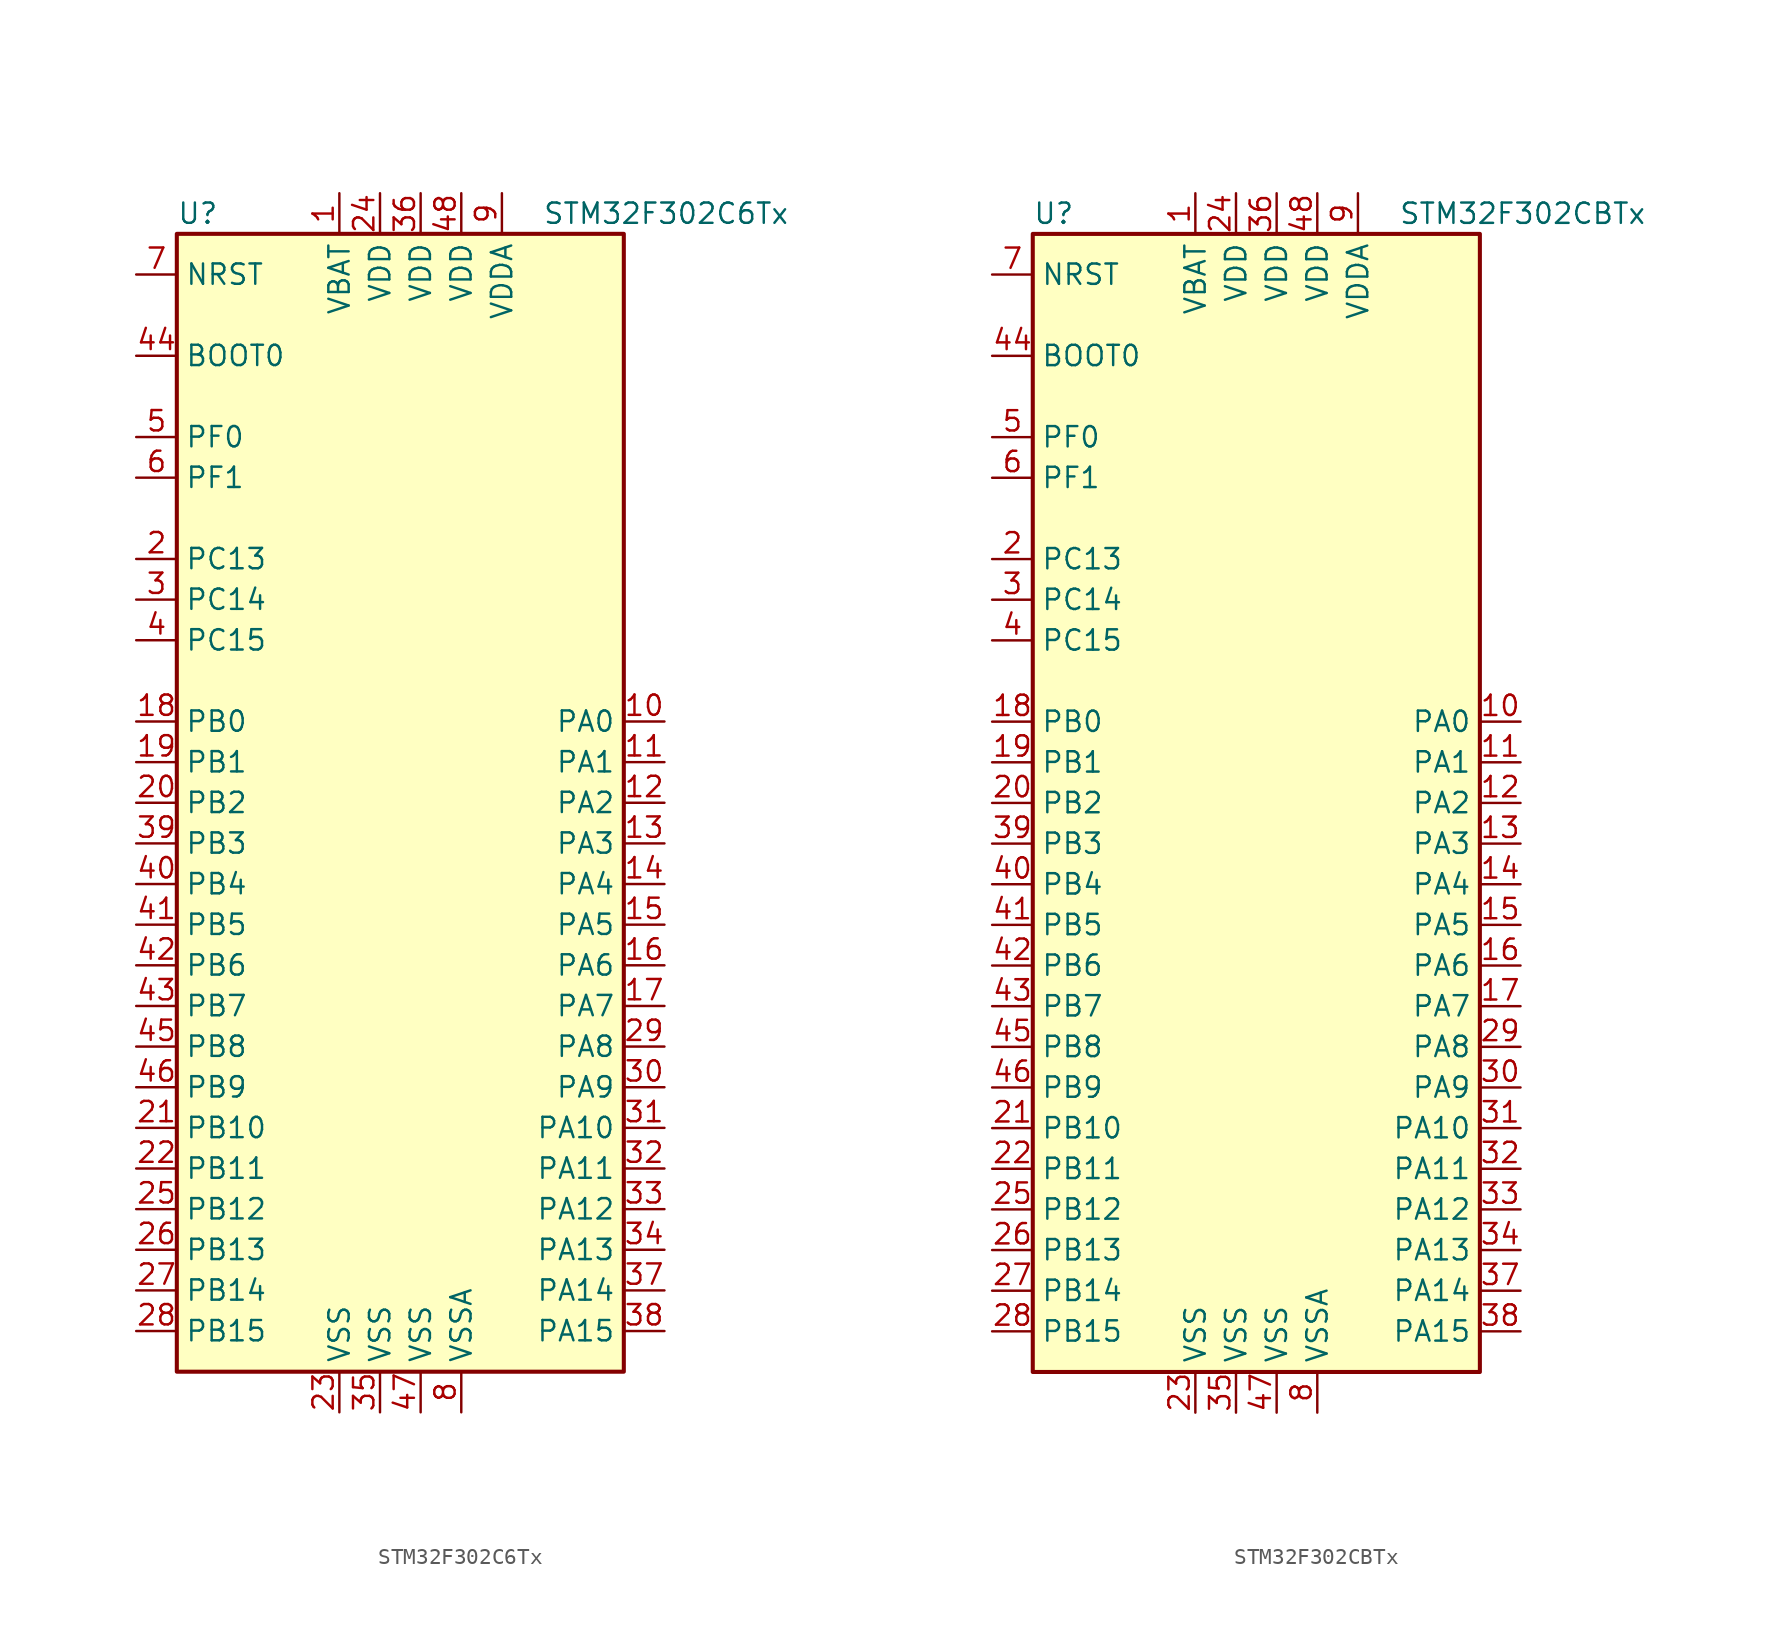
<source format=kicad_sym>
(kicad_symbol_lib
  (version 20211014)
  (generator kicad_symbol_editor)
  (symbol "STM32F302C6Tx"
    (property "Reference" "U"
      (at -15.24 36.83 0)
      (effects (font (size 1.27 1.27)) (justify left)))
    (property "Value" "STM32F302C6Tx"
      (at 7.62 36.83 0)
      (effects (font (size 1.27 1.27)) (justify left)))
    (symbol "STM32F302C6Tx_0_1"
      (rectangle (start -15.24 -35.56) (end 12.7 35.56) (stroke (width 0.254) (type default) (color 0 0 0 0)) (fill (type background))))
    (symbol "STM32F302C6Tx_1_1"
      (pin power_in line (at -5.08 38.1 270) (length 2.54) (name "VBAT" (effects (font (size 1.27 1.27)))) (number "1" (effects (font (size 1.27 1.27)))))
      (pin bidirectional line (at 15.24 5.08 180) (length 2.54) (name "PA0" (effects (font (size 1.27 1.27)))) (number "10" (effects (font (size 1.27 1.27)))))
      (pin bidirectional line (at 15.24 2.54 180) (length 2.54) (name "PA1" (effects (font (size 1.27 1.27)))) (number "11" (effects (font (size 1.27 1.27)))))
      (pin bidirectional line (at 15.24 0 180) (length 2.54) (name "PA2" (effects (font (size 1.27 1.27)))) (number "12" (effects (font (size 1.27 1.27)))))
      (pin bidirectional line (at 15.24 -2.54 180) (length 2.54) (name "PA3" (effects (font (size 1.27 1.27)))) (number "13" (effects (font (size 1.27 1.27)))))
      (pin bidirectional line (at 15.24 -5.08 180) (length 2.54) (name "PA4" (effects (font (size 1.27 1.27)))) (number "14" (effects (font (size 1.27 1.27)))))
      (pin bidirectional line (at 15.24 -7.62 180) (length 2.54) (name "PA5" (effects (font (size 1.27 1.27)))) (number "15" (effects (font (size 1.27 1.27)))))
      (pin bidirectional line (at 15.24 -10.16 180) (length 2.54) (name "PA6" (effects (font (size 1.27 1.27)))) (number "16" (effects (font (size 1.27 1.27)))))
      (pin bidirectional line (at 15.24 -12.7 180) (length 2.54) (name "PA7" (effects (font (size 1.27 1.27)))) (number "17" (effects (font (size 1.27 1.27)))))
      (pin bidirectional line (at -17.78 5.08 0) (length 2.54) (name "PB0" (effects (font (size 1.27 1.27)))) (number "18" (effects (font (size 1.27 1.27)))))
      (pin bidirectional line (at -17.78 2.54 0) (length 2.54) (name "PB1" (effects (font (size 1.27 1.27)))) (number "19" (effects (font (size 1.27 1.27)))))
      (pin bidirectional line (at -17.78 15.24 0) (length 2.54) (name "PC13" (effects (font (size 1.27 1.27)))) (number "2" (effects (font (size 1.27 1.27)))))
      (pin bidirectional line (at -17.78 0 0) (length 2.54) (name "PB2" (effects (font (size 1.27 1.27)))) (number "20" (effects (font (size 1.27 1.27)))))
      (pin bidirectional line (at -17.78 -20.32 0) (length 2.54) (name "PB10" (effects (font (size 1.27 1.27)))) (number "21" (effects (font (size 1.27 1.27)))))
      (pin bidirectional line (at -17.78 -22.86 0) (length 2.54) (name "PB11" (effects (font (size 1.27 1.27)))) (number "22" (effects (font (size 1.27 1.27)))))
      (pin power_in line (at -5.08 -38.1 90) (length 2.54) (name "VSS" (effects (font (size 1.27 1.27)))) (number "23" (effects (font (size 1.27 1.27)))))
      (pin power_in line (at -2.54 38.1 270) (length 2.54) (name "VDD" (effects (font (size 1.27 1.27)))) (number "24" (effects (font (size 1.27 1.27)))))
      (pin bidirectional line (at -17.78 -25.4 0) (length 2.54) (name "PB12" (effects (font (size 1.27 1.27)))) (number "25" (effects (font (size 1.27 1.27)))))
      (pin bidirectional line (at -17.78 -27.94 0) (length 2.54) (name "PB13" (effects (font (size 1.27 1.27)))) (number "26" (effects (font (size 1.27 1.27)))))
      (pin bidirectional line (at -17.78 -30.48 0) (length 2.54) (name "PB14" (effects (font (size 1.27 1.27)))) (number "27" (effects (font (size 1.27 1.27)))))
      (pin bidirectional line (at -17.78 -33.02 0) (length 2.54) (name "PB15" (effects (font (size 1.27 1.27)))) (number "28" (effects (font (size 1.27 1.27)))))
      (pin bidirectional line (at 15.24 -15.24 180) (length 2.54) (name "PA8" (effects (font (size 1.27 1.27)))) (number "29" (effects (font (size 1.27 1.27)))))
      (pin bidirectional line (at -17.78 12.7 0) (length 2.54) (name "PC14" (effects (font (size 1.27 1.27)))) (number "3" (effects (font (size 1.27 1.27)))))
      (pin bidirectional line (at 15.24 -17.78 180) (length 2.54) (name "PA9" (effects (font (size 1.27 1.27)))) (number "30" (effects (font (size 1.27 1.27)))))
      (pin bidirectional line (at 15.24 -20.32 180) (length 2.54) (name "PA10" (effects (font (size 1.27 1.27)))) (number "31" (effects (font (size 1.27 1.27)))))
      (pin bidirectional line (at 15.24 -22.86 180) (length 2.54) (name "PA11" (effects (font (size 1.27 1.27)))) (number "32" (effects (font (size 1.27 1.27)))))
      (pin bidirectional line (at 15.24 -25.4 180) (length 2.54) (name "PA12" (effects (font (size 1.27 1.27)))) (number "33" (effects (font (size 1.27 1.27)))))
      (pin bidirectional line (at 15.24 -27.94 180) (length 2.54) (name "PA13" (effects (font (size 1.27 1.27)))) (number "34" (effects (font (size 1.27 1.27)))))
      (pin power_in line (at -2.54 -38.1 90) (length 2.54) (name "VSS" (effects (font (size 1.27 1.27)))) (number "35" (effects (font (size 1.27 1.27)))))
      (pin power_in line (at 0 38.1 270) (length 2.54) (name "VDD" (effects (font (size 1.27 1.27)))) (number "36" (effects (font (size 1.27 1.27)))))
      (pin bidirectional line (at 15.24 -30.48 180) (length 2.54) (name "PA14" (effects (font (size 1.27 1.27)))) (number "37" (effects (font (size 1.27 1.27)))))
      (pin bidirectional line (at 15.24 -33.02 180) (length 2.54) (name "PA15" (effects (font (size 1.27 1.27)))) (number "38" (effects (font (size 1.27 1.27)))))
      (pin bidirectional line (at -17.78 -2.54 0) (length 2.54) (name "PB3" (effects (font (size 1.27 1.27)))) (number "39" (effects (font (size 1.27 1.27)))))
      (pin bidirectional line (at -17.78 10.16 0) (length 2.54) (name "PC15" (effects (font (size 1.27 1.27)))) (number "4" (effects (font (size 1.27 1.27)))))
      (pin bidirectional line (at -17.78 -5.08 0) (length 2.54) (name "PB4" (effects (font (size 1.27 1.27)))) (number "40" (effects (font (size 1.27 1.27)))))
      (pin bidirectional line (at -17.78 -7.62 0) (length 2.54) (name "PB5" (effects (font (size 1.27 1.27)))) (number "41" (effects (font (size 1.27 1.27)))))
      (pin bidirectional line (at -17.78 -10.16 0) (length 2.54) (name "PB6" (effects (font (size 1.27 1.27)))) (number "42" (effects (font (size 1.27 1.27)))))
      (pin bidirectional line (at -17.78 -12.7 0) (length 2.54) (name "PB7" (effects (font (size 1.27 1.27)))) (number "43" (effects (font (size 1.27 1.27)))))
      (pin input line (at -17.78 27.94 0) (length 2.54) (name "BOOT0" (effects (font (size 1.27 1.27)))) (number "44" (effects (font (size 1.27 1.27)))))
      (pin bidirectional line (at -17.78 -15.24 0) (length 2.54) (name "PB8" (effects (font (size 1.27 1.27)))) (number "45" (effects (font (size 1.27 1.27)))))
      (pin bidirectional line (at -17.78 -17.78 0) (length 2.54) (name "PB9" (effects (font (size 1.27 1.27)))) (number "46" (effects (font (size 1.27 1.27)))))
      (pin power_in line (at 0 -38.1 90) (length 2.54) (name "VSS" (effects (font (size 1.27 1.27)))) (number "47" (effects (font (size 1.27 1.27)))))
      (pin power_in line (at 2.54 38.1 270) (length 2.54) (name "VDD" (effects (font (size 1.27 1.27)))) (number "48" (effects (font (size 1.27 1.27)))))
      (pin input line (at -17.78 22.86 0) (length 2.54) (name "PF0" (effects (font (size 1.27 1.27)))) (number "5" (effects (font (size 1.27 1.27)))))
      (pin input line (at -17.78 20.32 0) (length 2.54) (name "PF1" (effects (font (size 1.27 1.27)))) (number "6" (effects (font (size 1.27 1.27)))))
      (pin input line (at -17.78 33.02 0) (length 2.54) (name "NRST" (effects (font (size 1.27 1.27)))) (number "7" (effects (font (size 1.27 1.27)))))
      (pin power_in line (at 2.54 -38.1 90) (length 2.54) (name "VSSA" (effects (font (size 1.27 1.27)))) (number "8" (effects (font (size 1.27 1.27)))))
      (pin power_in line (at 5.08 38.1 270) (length 2.54) (name "VDDA" (effects (font (size 1.27 1.27)))) (number "9" (effects (font (size 1.27 1.27)))))))
  (symbol "STM32F302CBTx"
    (property "Reference" "U"
      (at -15.24 36.83 0)
      (effects (font (size 1.27 1.27)) (justify left)))
    (property "Value" "STM32F302CBTx"
      (at 7.62 36.83 0)
      (effects (font (size 1.27 1.27)) (justify left)))
    (symbol "STM32F302CBTx_0_1"
      (rectangle (start -15.24 -35.56) (end 12.7 35.56) (stroke (width 0.254) (type default) (color 0 0 0 0)) (fill (type background))))
    (symbol "STM32F302CBTx_1_1"
      (pin power_in line (at -5.08 38.1 270) (length 2.54) (name "VBAT" (effects (font (size 1.27 1.27)))) (number "1" (effects (font (size 1.27 1.27)))))
      (pin bidirectional line (at 15.24 5.08 180) (length 2.54) (name "PA0" (effects (font (size 1.27 1.27)))) (number "10" (effects (font (size 1.27 1.27)))))
      (pin bidirectional line (at 15.24 2.54 180) (length 2.54) (name "PA1" (effects (font (size 1.27 1.27)))) (number "11" (effects (font (size 1.27 1.27)))))
      (pin bidirectional line (at 15.24 0 180) (length 2.54) (name "PA2" (effects (font (size 1.27 1.27)))) (number "12" (effects (font (size 1.27 1.27)))))
      (pin bidirectional line (at 15.24 -2.54 180) (length 2.54) (name "PA3" (effects (font (size 1.27 1.27)))) (number "13" (effects (font (size 1.27 1.27)))))
      (pin bidirectional line (at 15.24 -5.08 180) (length 2.54) (name "PA4" (effects (font (size 1.27 1.27)))) (number "14" (effects (font (size 1.27 1.27)))))
      (pin bidirectional line (at 15.24 -7.62 180) (length 2.54) (name "PA5" (effects (font (size 1.27 1.27)))) (number "15" (effects (font (size 1.27 1.27)))))
      (pin bidirectional line (at 15.24 -10.16 180) (length 2.54) (name "PA6" (effects (font (size 1.27 1.27)))) (number "16" (effects (font (size 1.27 1.27)))))
      (pin bidirectional line (at 15.24 -12.7 180) (length 2.54) (name "PA7" (effects (font (size 1.27 1.27)))) (number "17" (effects (font (size 1.27 1.27)))))
      (pin bidirectional line (at -17.78 5.08 0) (length 2.54) (name "PB0" (effects (font (size 1.27 1.27)))) (number "18" (effects (font (size 1.27 1.27)))))
      (pin bidirectional line (at -17.78 2.54 0) (length 2.54) (name "PB1" (effects (font (size 1.27 1.27)))) (number "19" (effects (font (size 1.27 1.27)))))
      (pin bidirectional line (at -17.78 15.24 0) (length 2.54) (name "PC13" (effects (font (size 1.27 1.27)))) (number "2" (effects (font (size 1.27 1.27)))))
      (pin bidirectional line (at -17.78 0 0) (length 2.54) (name "PB2" (effects (font (size 1.27 1.27)))) (number "20" (effects (font (size 1.27 1.27)))))
      (pin bidirectional line (at -17.78 -20.32 0) (length 2.54) (name "PB10" (effects (font (size 1.27 1.27)))) (number "21" (effects (font (size 1.27 1.27)))))
      (pin bidirectional line (at -17.78 -22.86 0) (length 2.54) (name "PB11" (effects (font (size 1.27 1.27)))) (number "22" (effects (font (size 1.27 1.27)))))
      (pin power_in line (at -5.08 -38.1 90) (length 2.54) (name "VSS" (effects (font (size 1.27 1.27)))) (number "23" (effects (font (size 1.27 1.27)))))
      (pin power_in line (at -2.54 38.1 270) (length 2.54) (name "VDD" (effects (font (size 1.27 1.27)))) (number "24" (effects (font (size 1.27 1.27)))))
      (pin bidirectional line (at -17.78 -25.4 0) (length 2.54) (name "PB12" (effects (font (size 1.27 1.27)))) (number "25" (effects (font (size 1.27 1.27)))))
      (pin bidirectional line (at -17.78 -27.94 0) (length 2.54) (name "PB13" (effects (font (size 1.27 1.27)))) (number "26" (effects (font (size 1.27 1.27)))))
      (pin bidirectional line (at -17.78 -30.48 0) (length 2.54) (name "PB14" (effects (font (size 1.27 1.27)))) (number "27" (effects (font (size 1.27 1.27)))))
      (pin bidirectional line (at -17.78 -33.02 0) (length 2.54) (name "PB15" (effects (font (size 1.27 1.27)))) (number "28" (effects (font (size 1.27 1.27)))))
      (pin bidirectional line (at 15.24 -15.24 180) (length 2.54) (name "PA8" (effects (font (size 1.27 1.27)))) (number "29" (effects (font (size 1.27 1.27)))))
      (pin bidirectional line (at -17.78 12.7 0) (length 2.54) (name "PC14" (effects (font (size 1.27 1.27)))) (number "3" (effects (font (size 1.27 1.27)))))
      (pin bidirectional line (at 15.24 -17.78 180) (length 2.54) (name "PA9" (effects (font (size 1.27 1.27)))) (number "30" (effects (font (size 1.27 1.27)))))
      (pin bidirectional line (at 15.24 -20.32 180) (length 2.54) (name "PA10" (effects (font (size 1.27 1.27)))) (number "31" (effects (font (size 1.27 1.27)))))
      (pin bidirectional line (at 15.24 -22.86 180) (length 2.54) (name "PA11" (effects (font (size 1.27 1.27)))) (number "32" (effects (font (size 1.27 1.27)))))
      (pin bidirectional line (at 15.24 -25.4 180) (length 2.54) (name "PA12" (effects (font (size 1.27 1.27)))) (number "33" (effects (font (size 1.27 1.27)))))
      (pin bidirectional line (at 15.24 -27.94 180) (length 2.54) (name "PA13" (effects (font (size 1.27 1.27)))) (number "34" (effects (font (size 1.27 1.27)))))
      (pin power_in line (at -2.54 -38.1 90) (length 2.54) (name "VSS" (effects (font (size 1.27 1.27)))) (number "35" (effects (font (size 1.27 1.27)))))
      (pin power_in line (at 0 38.1 270) (length 2.54) (name "VDD" (effects (font (size 1.27 1.27)))) (number "36" (effects (font (size 1.27 1.27)))))
      (pin bidirectional line (at 15.24 -30.48 180) (length 2.54) (name "PA14" (effects (font (size 1.27 1.27)))) (number "37" (effects (font (size 1.27 1.27)))))
      (pin bidirectional line (at 15.24 -33.02 180) (length 2.54) (name "PA15" (effects (font (size 1.27 1.27)))) (number "38" (effects (font (size 1.27 1.27)))))
      (pin bidirectional line (at -17.78 -2.54 0) (length 2.54) (name "PB3" (effects (font (size 1.27 1.27)))) (number "39" (effects (font (size 1.27 1.27)))))
      (pin bidirectional line (at -17.78 10.16 0) (length 2.54) (name "PC15" (effects (font (size 1.27 1.27)))) (number "4" (effects (font (size 1.27 1.27)))))
      (pin bidirectional line (at -17.78 -5.08 0) (length 2.54) (name "PB4" (effects (font (size 1.27 1.27)))) (number "40" (effects (font (size 1.27 1.27)))))
      (pin bidirectional line (at -17.78 -7.62 0) (length 2.54) (name "PB5" (effects (font (size 1.27 1.27)))) (number "41" (effects (font (size 1.27 1.27)))))
      (pin bidirectional line (at -17.78 -10.16 0) (length 2.54) (name "PB6" (effects (font (size 1.27 1.27)))) (number "42" (effects (font (size 1.27 1.27)))))
      (pin bidirectional line (at -17.78 -12.7 0) (length 2.54) (name "PB7" (effects (font (size 1.27 1.27)))) (number "43" (effects (font (size 1.27 1.27)))))
      (pin input line (at -17.78 27.94 0) (length 2.54) (name "BOOT0" (effects (font (size 1.27 1.27)))) (number "44" (effects (font (size 1.27 1.27)))))
      (pin bidirectional line (at -17.78 -15.24 0) (length 2.54) (name "PB8" (effects (font (size 1.27 1.27)))) (number "45" (effects (font (size 1.27 1.27)))))
      (pin bidirectional line (at -17.78 -17.78 0) (length 2.54) (name "PB9" (effects (font (size 1.27 1.27)))) (number "46" (effects (font (size 1.27 1.27)))))
      (pin power_in line (at 0 -38.1 90) (length 2.54) (name "VSS" (effects (font (size 1.27 1.27)))) (number "47" (effects (font (size 1.27 1.27)))))
      (pin power_in line (at 2.54 38.1 270) (length 2.54) (name "VDD" (effects (font (size 1.27 1.27)))) (number "48" (effects (font (size 1.27 1.27)))))
      (pin input line (at -17.78 22.86 0) (length 2.54) (name "PF0" (effects (font (size 1.27 1.27)))) (number "5" (effects (font (size 1.27 1.27)))))
      (pin input line (at -17.78 20.32 0) (length 2.54) (name "PF1" (effects (font (size 1.27 1.27)))) (number "6" (effects (font (size 1.27 1.27)))))
      (pin input line (at -17.78 33.02 0) (length 2.54) (name "NRST" (effects (font (size 1.27 1.27)))) (number "7" (effects (font (size 1.27 1.27)))))
      (pin power_in line (at 2.54 -38.1 90) (length 2.54) (name "VSSA" (effects (font (size 1.27 1.27)))) (number "8" (effects (font (size 1.27 1.27)))))
      (pin power_in line (at 5.08 38.1 270) (length 2.54) (name "VDDA" (effects (font (size 1.27 1.27)))) (number "9" (effects (font (size 1.27 1.27))))))))
</source>
